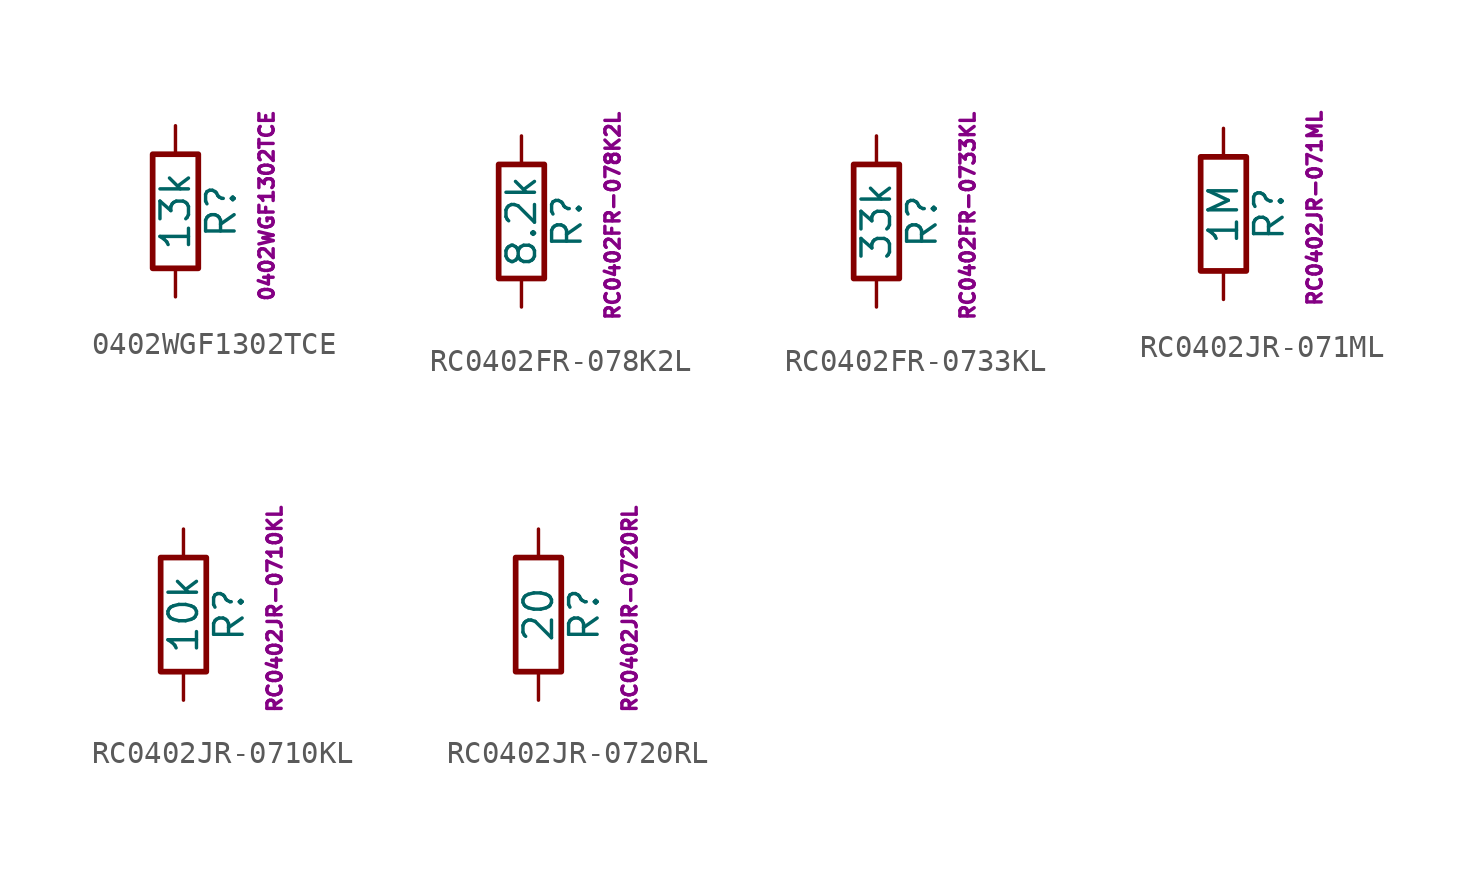
<source format=kicad_sym>
(kicad_symbol_lib
  (version 20241209)
  (generator "kicad_symbol_editor")
  (generator_version "9.0")
  (symbol "0402WGF1302TCE"
    (pin_numbers
      (hide yes))
    (pin_names
      (offset 0))
    (property "Reference" "R"
      (at 2.032 0 90)
      (effects (font (size 1.27 1.27))))
    (property "Value" "13k"
      (at 0 0 90)
      (effects (font (size 1.27 1.27))))
    (property "Footprint Name" "0402WGF1302TCE"
      (at 4.064 0.254 90)
      (effects (font (size 0.635 0.635))))
    (symbol "0402WGF1302TCE_0_1"
      (rectangle (start -1.016 -2.54) (end 1.016 2.54) (stroke (width 0.254) (type default)) (fill (type none))))
    (symbol "0402WGF1302TCE_1_1"
      (pin passive line (at 0 3.81 270) (length 1.27) (name "~" (effects (font (size 1.27 1.27)))) (number "1" (effects (font (size 1.27 1.27)))))
      (pin passive line (at 0 -3.81 90) (length 1.27) (name "~" (effects (font (size 1.27 1.27)))) (number "2" (effects (font (size 1.27 1.27)))))))
  (symbol "RC0402FR-078K2L"
    (pin_numbers
      (hide yes))
    (pin_names
      (offset 0))
    (property "Reference" "R"
      (at 2.032 0 90)
      (effects (font (size 1.27 1.27))))
    (property "Value" "8.2k"
      (at 0 0 90)
      (effects (font (size 1.27 1.27))))
    (property "Footprint Name" "RC0402FR-078K2L"
      (at 4.064 0.254 90)
      (effects (font (size 0.635 0.635))))
    (symbol "RC0402FR-078K2L_0_1"
      (rectangle (start -1.016 -2.54) (end 1.016 2.54) (stroke (width 0.254) (type default)) (fill (type none))))
    (symbol "RC0402FR-078K2L_1_1"
      (pin passive line (at 0 3.81 270) (length 1.27) (name "~" (effects (font (size 1.27 1.27)))) (number "1" (effects (font (size 1.27 1.27)))))
      (pin passive line (at 0 -3.81 90) (length 1.27) (name "~" (effects (font (size 1.27 1.27)))) (number "2" (effects (font (size 1.27 1.27)))))))
  (symbol "RC0402FR-0733KL"
    (pin_numbers
      (hide yes))
    (pin_names
      (offset 0))
    (property "Reference" "R"
      (at 2.032 0 90)
      (effects (font (size 1.27 1.27))))
    (property "Value" "33k"
      (at 0 0 90)
      (effects (font (size 1.27 1.27))))
    (property "Footprint Name" "RC0402FR-0733KL"
      (at 4.064 0.254 90)
      (effects (font (size 0.635 0.635))))
    (symbol "RC0402FR-0733KL_0_1"
      (rectangle (start -1.016 -2.54) (end 1.016 2.54) (stroke (width 0.254) (type default)) (fill (type none))))
    (symbol "RC0402FR-0733KL_1_1"
      (pin passive line (at 0 3.81 270) (length 1.27) (name "~" (effects (font (size 1.27 1.27)))) (number "1" (effects (font (size 1.27 1.27)))))
      (pin passive line (at 0 -3.81 90) (length 1.27) (name "~" (effects (font (size 1.27 1.27)))) (number "2" (effects (font (size 1.27 1.27)))))))
  (symbol "RC0402JR-071ML"
    (pin_numbers
      (hide yes))
    (pin_names
      (offset 0))
    (property "Reference" "R"
      (at 2.032 0 90)
      (effects (font (size 1.27 1.27))))
    (property "Value" "1M"
      (at 0 0 90)
      (effects (font (size 1.27 1.27))))
    (property "Footprint Name" "RC0402JR-071ML"
      (at 4.064 0.254 90)
      (effects (font (size 0.635 0.635))))
    (symbol "RC0402JR-071ML_0_1"
      (rectangle (start -1.016 -2.54) (end 1.016 2.54) (stroke (width 0.254) (type default)) (fill (type none))))
    (symbol "RC0402JR-071ML_1_1"
      (pin passive line (at 0 3.81 270) (length 1.27) (name "~" (effects (font (size 1.27 1.27)))) (number "1" (effects (font (size 1.27 1.27)))))
      (pin passive line (at 0 -3.81 90) (length 1.27) (name "~" (effects (font (size 1.27 1.27)))) (number "2" (effects (font (size 1.27 1.27)))))))
  (symbol "RC0402JR-0710KL"
    (pin_numbers
      (hide yes))
    (pin_names
      (offset 0))
    (property "Reference" "R"
      (at 2.032 0 90)
      (effects (font (size 1.27 1.27))))
    (property "Value" "10k"
      (at 0 0 90)
      (effects (font (size 1.27 1.27))))
    (property "Footprint Name" "RC0402JR-0710KL"
      (at 4.064 0.254 90)
      (effects (font (size 0.635 0.635))))
    (symbol "RC0402JR-0710KL_0_1"
      (rectangle (start -1.016 -2.54) (end 1.016 2.54) (stroke (width 0.254) (type default)) (fill (type none))))
    (symbol "RC0402JR-0710KL_1_1"
      (pin passive line (at 0 3.81 270) (length 1.27) (name "~" (effects (font (size 1.27 1.27)))) (number "1" (effects (font (size 1.27 1.27)))))
      (pin passive line (at 0 -3.81 90) (length 1.27) (name "~" (effects (font (size 1.27 1.27)))) (number "2" (effects (font (size 1.27 1.27)))))))
  (symbol "RC0402JR-0720RL"
    (pin_numbers
      (hide yes))
    (pin_names
      (offset 0))
    (property "Reference" "R"
      (at 2.032 0 90)
      (effects (font (size 1.27 1.27))))
    (property "Value" "20"
      (at 0 0 90)
      (effects (font (size 1.27 1.27))))
    (property "Footprint Name" "RC0402JR-0720RL"
      (at 4.064 0.254 90)
      (effects (font (size 0.635 0.635))))
    (symbol "RC0402JR-0720RL_0_1"
      (rectangle (start -1.016 -2.54) (end 1.016 2.54) (stroke (width 0.254) (type default)) (fill (type none))))
    (symbol "RC0402JR-0720RL_1_1"
      (pin passive line (at 0 3.81 270) (length 1.27) (name "~" (effects (font (size 1.27 1.27)))) (number "1" (effects (font (size 1.27 1.27)))))
      (pin passive line (at 0 -3.81 90) (length 1.27) (name "~" (effects (font (size 1.27 1.27)))) (number "2" (effects (font (size 1.27 1.27))))))))
</source>
